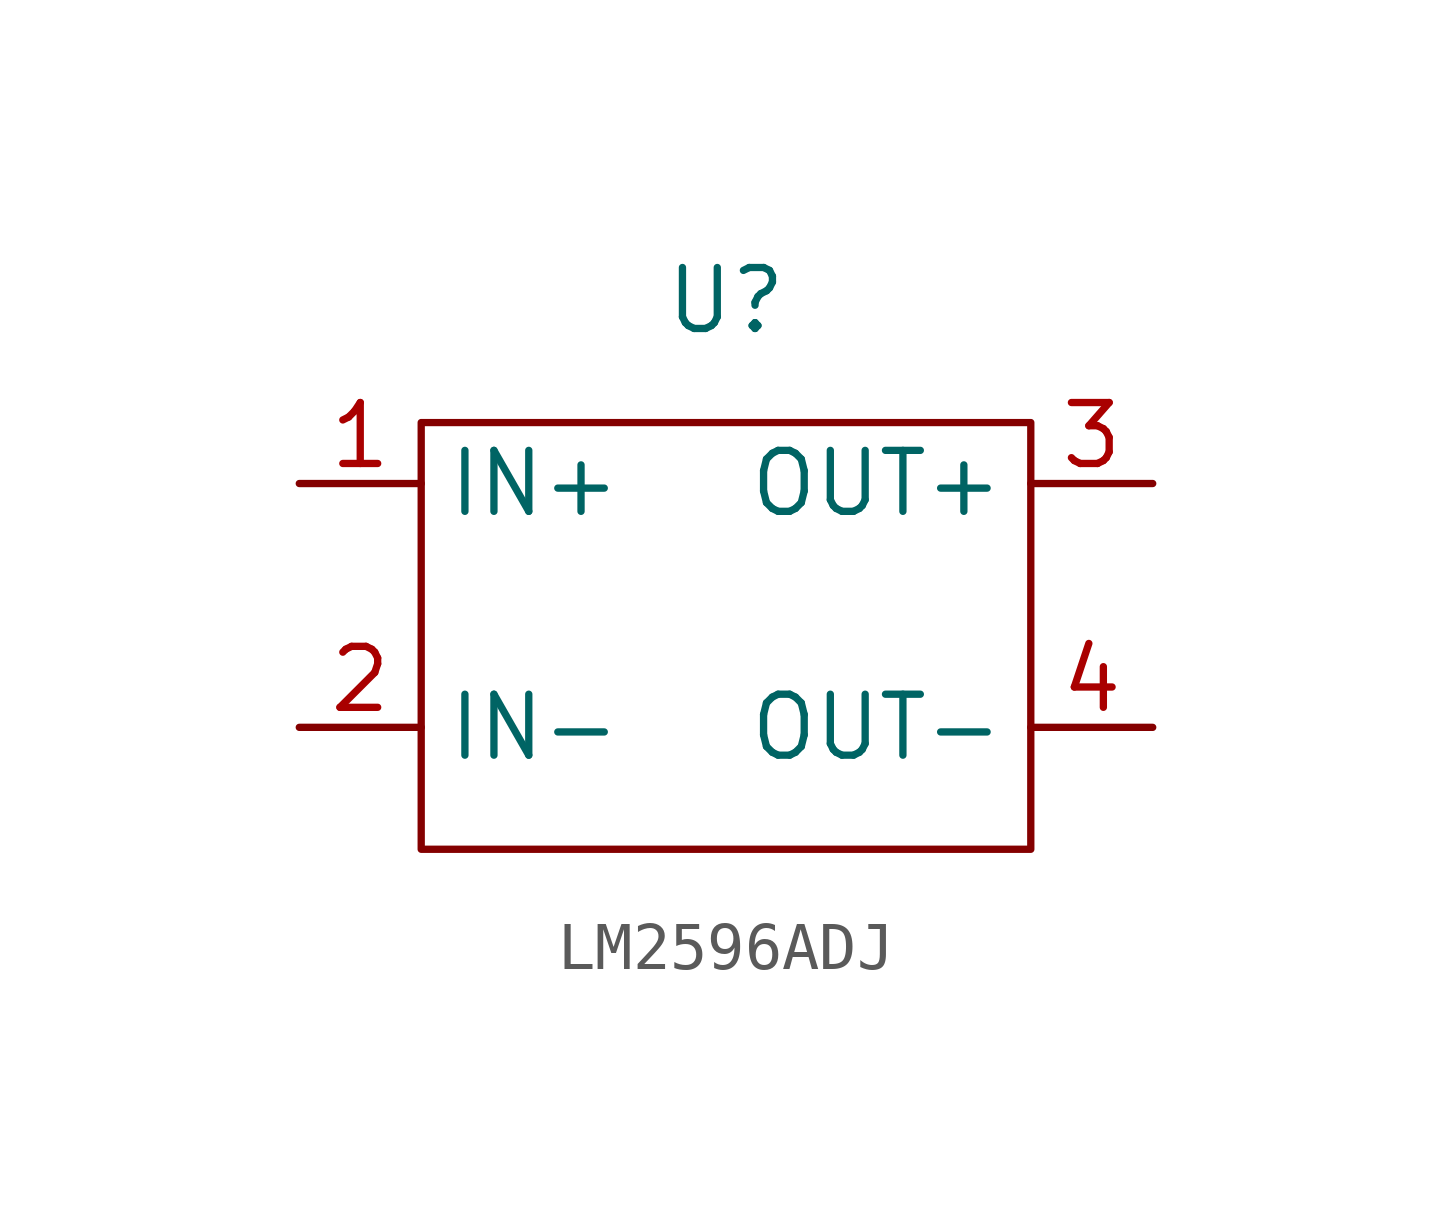
<source format=kicad_sym>
(kicad_symbol_lib
  (version 20220914)
  (generator kicad_symbol_editor)
  (symbol "LM2596ADJ"
    (property "Reference" "U"
      (at 0 0 0)
      (effects (font (size 1.27 1.27))))
    (property "Value" ""
      (at 0 0 0)
      (effects (font (size 1.27 1.27))))
    (symbol "LM2596ADJ_0_1"
      (rectangle (start -6.35 -2.54) (end 6.35 -11.43) (stroke (width 0) (type default)) (fill (type none))))
    (symbol "LM2596ADJ_1_1"
      (pin input line (at -8.89 -3.81 0) (length 2.54) (name "IN+" (effects (font (size 1.27 1.27)))) (number "1" (effects (font (size 1.27 1.27)))))
      (pin input line (at -8.89 -8.89 0) (length 2.54) (name "IN-" (effects (font (size 1.27 1.27)))) (number "2" (effects (font (size 1.27 1.27)))))
      (pin output line (at 8.89 -3.81 180) (length 2.54) (name "OUT+" (effects (font (size 1.27 1.27)))) (number "3" (effects (font (size 1.27 1.27)))))
      (pin output line (at 8.89 -8.89 180) (length 2.54) (name "OUT-" (effects (font (size 1.27 1.27)))) (number "4" (effects (font (size 1.27 1.27))))))))
</source>
